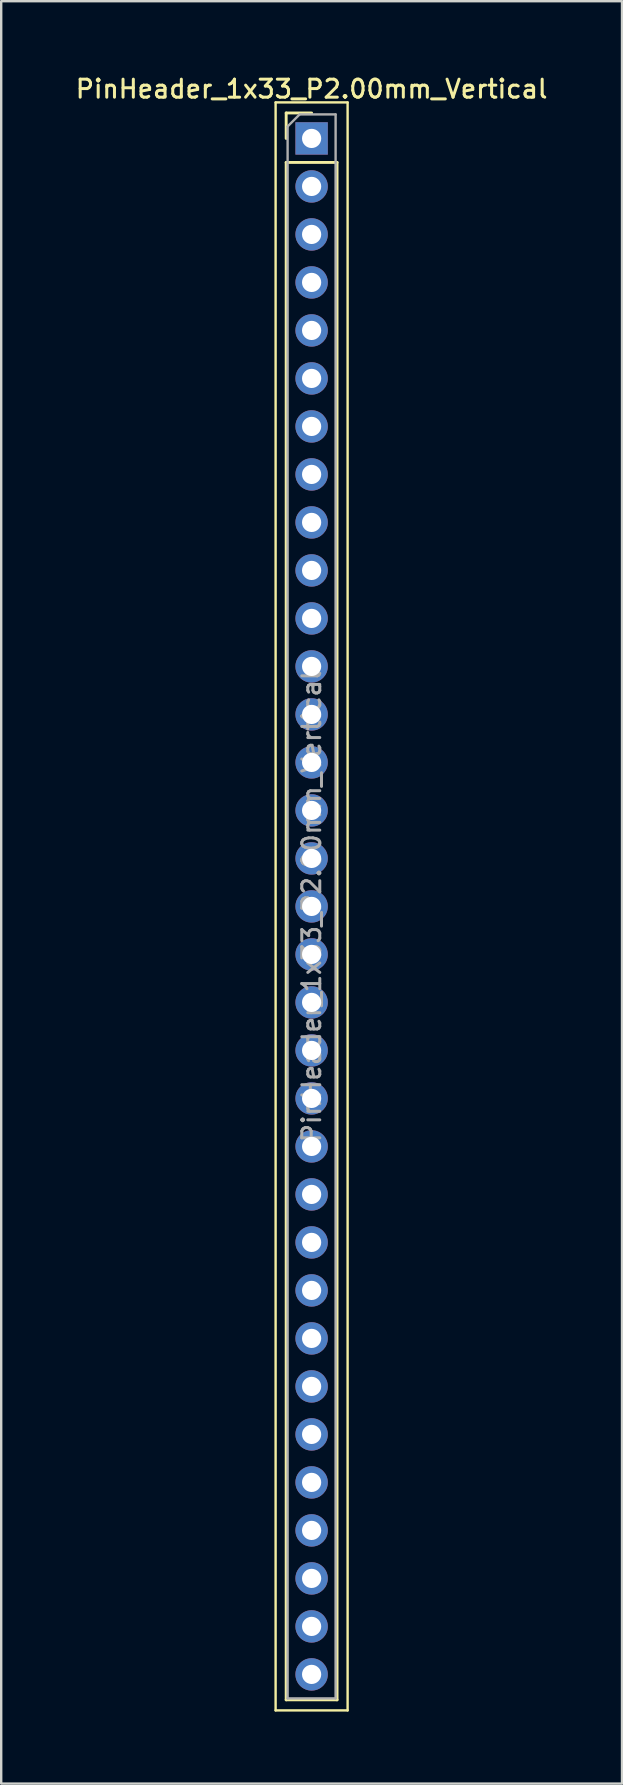
<source format=kicad_pcb>
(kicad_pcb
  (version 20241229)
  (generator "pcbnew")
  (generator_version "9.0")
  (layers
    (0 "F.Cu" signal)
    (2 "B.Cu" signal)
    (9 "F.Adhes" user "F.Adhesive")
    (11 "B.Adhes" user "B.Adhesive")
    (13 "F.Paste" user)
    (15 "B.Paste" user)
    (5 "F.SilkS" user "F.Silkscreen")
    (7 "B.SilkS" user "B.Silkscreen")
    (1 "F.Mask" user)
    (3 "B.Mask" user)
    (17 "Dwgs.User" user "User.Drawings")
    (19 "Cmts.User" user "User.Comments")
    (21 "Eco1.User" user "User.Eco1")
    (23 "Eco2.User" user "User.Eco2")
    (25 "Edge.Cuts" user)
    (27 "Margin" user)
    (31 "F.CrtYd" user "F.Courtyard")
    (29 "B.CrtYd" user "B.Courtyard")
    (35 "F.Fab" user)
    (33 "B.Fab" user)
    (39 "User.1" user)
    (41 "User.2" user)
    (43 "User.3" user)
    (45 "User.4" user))
  (footprint "PinHeader_1x33_P2.00mm_Vertical"
    (layer "F.Cu")
    (at 9.934 2.718)
    (property "Reference" "PinHeader_1x33_P2.00mm_Vertical" (at 0 -2.06 0) (layer "F.SilkS") (effects (font (size 0.75 0.75) (thickness 0.125))))
    (attr through_hole)
    (fp_line (start -1.5 -1.5) (end -1.5 65.5) (stroke (width 0.1) (type solid)) (layer "F.SilkS"))
    (fp_line (start -1.5 65.5) (end 1.5 65.5) (stroke (width 0.1) (type solid)) (layer "F.SilkS"))
    (fp_line (start -1.06 -1.06) (end 0 -1.06) (stroke (width 0.12) (type solid)) (layer "F.SilkS"))
    (fp_line (start -1.06 0) (end -1.06 -1.06) (stroke (width 0.12) (type solid)) (layer "F.SilkS"))
    (fp_line (start -1.06 1) (end -1.06 65.06) (stroke (width 0.12) (type solid)) (layer "F.SilkS"))
    (fp_line (start -1.06 1) (end 1.06 1) (stroke (width 0.12) (type solid)) (layer "F.SilkS"))
    (fp_line (start -1.06 65.06) (end 1.06 65.06) (stroke (width 0.12) (type solid)) (layer "F.SilkS"))
    (fp_line (start 1.06 1) (end 1.06 65.06) (stroke (width 0.12) (type solid)) (layer "F.SilkS"))
    (fp_line (start 1.5 -1.5) (end -1.5 -1.5) (stroke (width 0.1) (type solid)) (layer "F.SilkS"))
    (fp_line (start 1.5 65.5) (end 1.5 -1.5) (stroke (width 0.1) (type solid)) (layer "F.SilkS"))
    (fp_line (start -1 -0.5) (end -0.5 -1) (stroke (width 0.1) (type solid)) (layer "F.Fab"))
    (fp_line (start -1 65) (end -1 -0.5) (stroke (width 0.1) (type solid)) (layer "F.Fab"))
    (fp_line (start -0.5 -1) (end 1 -1) (stroke (width 0.1) (type solid)) (layer "F.Fab"))
    (fp_line (start 1 -1) (end 1 65) (stroke (width 0.1) (type solid)) (layer "F.Fab"))
    (fp_line (start 1 65) (end -1 65) (stroke (width 0.1) (type solid)) (layer "F.Fab"))
    (fp_text user "${REFERENCE}" (at 0 32 90) (layer "F.Fab") (effects (font (size 0.75 0.75) (thickness 0.125))))
    (pad "1" thru_hole rect (at 0 0) (size 1.35 1.35) (drill 0.8) (layers "*.Cu" "*.Mask"))
    (pad "2" thru_hole oval (at 0 2) (size 1.35 1.35) (drill 0.8) (layers "*.Cu" "*.Mask"))
    (pad "3" thru_hole oval (at 0 4) (size 1.35 1.35) (drill 0.8) (layers "*.Cu" "*.Mask"))
    (pad "4" thru_hole oval (at 0 6) (size 1.35 1.35) (drill 0.8) (layers "*.Cu" "*.Mask"))
    (pad "5" thru_hole oval (at 0 8) (size 1.35 1.35) (drill 0.8) (layers "*.Cu" "*.Mask"))
    (pad "6" thru_hole oval (at 0 10) (size 1.35 1.35) (drill 0.8) (layers "*.Cu" "*.Mask"))
    (pad "7" thru_hole oval (at 0 12) (size 1.35 1.35) (drill 0.8) (layers "*.Cu" "*.Mask"))
    (pad "8" thru_hole oval (at 0 14) (size 1.35 1.35) (drill 0.8) (layers "*.Cu" "*.Mask"))
    (pad "9" thru_hole oval (at 0 16) (size 1.35 1.35) (drill 0.8) (layers "*.Cu" "*.Mask"))
    (pad "10" thru_hole oval (at 0 18) (size 1.35 1.35) (drill 0.8) (layers "*.Cu" "*.Mask"))
    (pad "11" thru_hole oval (at 0 20) (size 1.35 1.35) (drill 0.8) (layers "*.Cu" "*.Mask"))
    (pad "12" thru_hole oval (at 0 22) (size 1.35 1.35) (drill 0.8) (layers "*.Cu" "*.Mask"))
    (pad "13" thru_hole oval (at 0 24) (size 1.35 1.35) (drill 0.8) (layers "*.Cu" "*.Mask"))
    (pad "14" thru_hole oval (at 0 26) (size 1.35 1.35) (drill 0.8) (layers "*.Cu" "*.Mask"))
    (pad "15" thru_hole oval (at 0 28) (size 1.35 1.35) (drill 0.8) (layers "*.Cu" "*.Mask"))
    (pad "16" thru_hole oval (at 0 30) (size 1.35 1.35) (drill 0.8) (layers "*.Cu" "*.Mask"))
    (pad "17" thru_hole oval (at 0 32) (size 1.35 1.35) (drill 0.8) (layers "*.Cu" "*.Mask"))
    (pad "18" thru_hole oval (at 0 34) (size 1.35 1.35) (drill 0.8) (layers "*.Cu" "*.Mask"))
    (pad "19" thru_hole oval (at 0 36) (size 1.35 1.35) (drill 0.8) (layers "*.Cu" "*.Mask"))
    (pad "20" thru_hole oval (at 0 38) (size 1.35 1.35) (drill 0.8) (layers "*.Cu" "*.Mask"))
    (pad "21" thru_hole oval (at 0 40) (size 1.35 1.35) (drill 0.8) (layers "*.Cu" "*.Mask"))
    (pad "22" thru_hole oval (at 0 42) (size 1.35 1.35) (drill 0.8) (layers "*.Cu" "*.Mask"))
    (pad "23" thru_hole oval (at 0 44) (size 1.35 1.35) (drill 0.8) (layers "*.Cu" "*.Mask"))
    (pad "24" thru_hole oval (at 0 46) (size 1.35 1.35) (drill 0.8) (layers "*.Cu" "*.Mask"))
    (pad "25" thru_hole oval (at 0 48) (size 1.35 1.35) (drill 0.8) (layers "*.Cu" "*.Mask"))
    (pad "26" thru_hole oval (at 0 50) (size 1.35 1.35) (drill 0.8) (layers "*.Cu" "*.Mask"))
    (pad "27" thru_hole oval (at 0 52) (size 1.35 1.35) (drill 0.8) (layers "*.Cu" "*.Mask"))
    (pad "28" thru_hole oval (at 0 54) (size 1.35 1.35) (drill 0.8) (layers "*.Cu" "*.Mask"))
    (pad "29" thru_hole oval (at 0 56) (size 1.35 1.35) (drill 0.8) (layers "*.Cu" "*.Mask"))
    (pad "30" thru_hole oval (at 0 58) (size 1.35 1.35) (drill 0.8) (layers "*.Cu" "*.Mask"))
    (pad "31" thru_hole oval (at 0 60) (size 1.35 1.35) (drill 0.8) (layers "*.Cu" "*.Mask"))
    (pad "32" thru_hole oval (at 0 62) (size 1.35 1.35) (drill 0.8) (layers "*.Cu" "*.Mask"))
    (pad "33" thru_hole oval (at 0 64) (size 1.35 1.35) (drill 0.8) (layers "*.Cu" "*.Mask")))
  (gr_rect
    (start -3 -3)
    (end 22.868 71.268)
    (stroke (width 0.1) (type default))
    (fill no)
    (layer "Edge.Cuts")))
</source>
